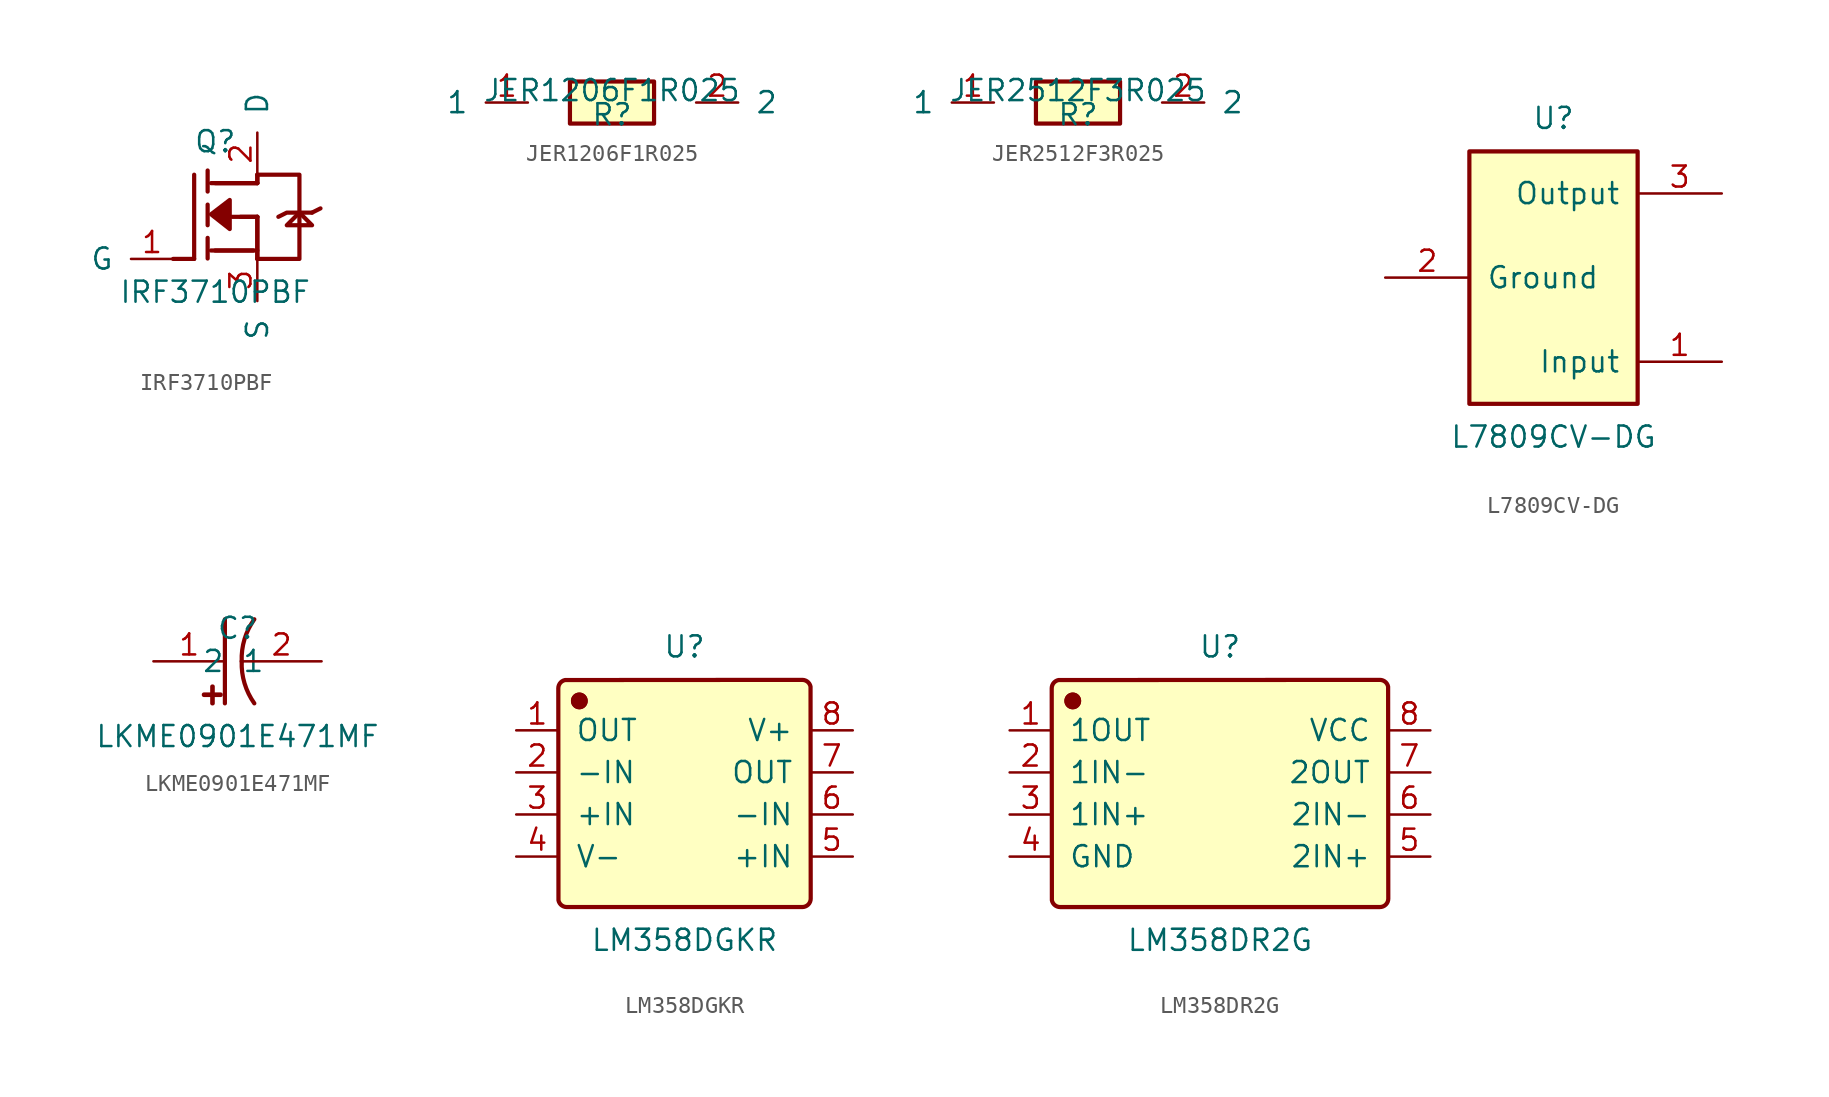
<source format=kicad_sym>
(kicad_symbol_lib
  (version 20241209)
  (generator "JLCImport")
  (generator_version "1.0")
  (symbol "IRF3710PBF"
    (pin_names
      (offset 1.016))
    (property "Reference" "Q"
      (at 0 4.54 0)
      (effects (font (size 1.27 1.27))))
    (property "Value" "IRF3710PBF"
      (at 0 -4.54 0)
      (effects (font (size 1.27 1.27))))
    (symbol "IRF3710PBF_0_1"
      (polyline (pts (xy 2.54 2.54) (xy 5.08 2.54) (xy 5.08 -2.54) (xy 2.54 -2.54)) (stroke (width 0.254) (type solid)) (fill (type none)))
      (polyline (pts (xy -1.27 -2.54) (xy -1.27 2.54)) (stroke (width 0.254) (type solid)) (fill (type none)))
      (polyline (pts (xy 1.016 0) (xy 2.54 0)) (stroke (width 0.254) (type solid)) (fill (type none)))
      (polyline (pts (xy -2.54 -2.54) (xy -1.27 -2.54)) (stroke (width 0.254) (type solid)) (fill (type none)))
      (polyline (pts (xy 2.54 2.54) (xy 2.54 2.032)) (stroke (width 0.254) (type solid)) (fill (type none)))
      (polyline (pts (xy 1.524 0) (xy 2.54 0)) (stroke (width 0.254) (type solid)) (fill (type none)))
      (polyline (pts (xy 2.54 2.54) (xy 2.54 2.032)) (stroke (width 0.254) (type solid)) (fill (type none)))
      (polyline (pts (xy 2.54 2.032) (xy 0 2.032)) (stroke (width 0.254) (type solid)) (fill (type none)))
      (polyline (pts (xy -0.254 -2.032) (xy 2.54 -2.032)) (stroke (width 0.254) (type solid)) (fill (type none)))
      (polyline (pts (xy 2.54 0) (xy 2.54 -2.54)) (stroke (width 0.254) (type solid)) (fill (type none)))
      (polyline (pts (xy 0 -2.032) (xy 2.286 -2.032)) (stroke (width 0.254) (type solid)) (fill (type none)))
      (polyline (pts (xy 2.54 2.032) (xy -0.254 2.032)) (stroke (width 0.254) (type solid)) (fill (type none)))
      (polyline (pts (xy 2.54 0) (xy 2.54 -2.54)) (stroke (width 0.254) (type solid)) (fill (type none)))
      (polyline (pts (xy -0.457 -1.27) (xy -0.457 -2.515)) (stroke (width 0.254) (type solid)) (fill (type none)))
      (polyline (pts (xy -0.457 0.737) (xy -0.457 -0.508)) (stroke (width 0.254) (type solid)) (fill (type none)))
      (polyline (pts (xy -0.457 2.794) (xy -0.457 1.524)) (stroke (width 0.254) (type solid)) (fill (type none)))
      (polyline (pts (xy 0.876 1.016) (xy 0.876 -0.737) (xy -0.254 0.152) (xy 0.876 1.016)) (stroke (width 0.254) (type solid)) (fill (type outline)))
      (polyline (pts (xy 5.842 -0.508) (xy 4.318 -0.508) (xy 5.08 0.254) (xy 5.842 -0.508)) (stroke (width 0.254) (type solid)) (fill (type none)))
      (polyline (pts (xy 5.842 0.254) (xy 4.318 0.254) (xy 3.81 0)) (stroke (width 0.254) (type solid)) (fill (type none)))
      (polyline (pts (xy 5.842 0.254) (xy 6.35 0.508)) (stroke (width 0.254) (type solid)) (fill (type none)))
      (pin unspecified line (at -2.54 -2.54 180) (length 2.54) (name "G" (effects (font (size 1.27 1.27)) hide)) (number "1" (effects (font (size 1.27 1.27)) hide)))
      (pin unspecified line (at 2.54 -2.54 270) (length 2.54) (name "S" (effects (font (size 1.27 1.27)) hide)) (number "3" (effects (font (size 1.27 1.27)) hide)))
      (pin unspecified line (at 2.54 2.54 90) (length 2.54) (name "D" (effects (font (size 1.27 1.27)) hide)) (number "2" (effects (font (size 1.27 1.27)) hide)))))
  (symbol "JER1206F1R025"
    (pin_names
      (offset 1.016))
    (property "Reference" "R"
      (at 0 -0.73 0)
      (effects (font (size 1.27 1.27))))
    (property "Value" "JER1206F1R025"
      (at 0 0.73 0)
      (effects (font (size 1.27 1.27))))
    (symbol "JER1206F1R025_0_1"
      (rectangle (start -2.54 1.27) (end 2.54 -1.27) (stroke (width 0.254) (type solid)) (fill (type background)))
      (pin unspecified line (at 5.08 0 0) (length 2.54) (name "2" (effects (font (size 1.27 1.27)) hide)) (number "2" (effects (font (size 1.27 1.27)) hide)))
      (pin unspecified line (at -5.08 0 180) (length 2.54) (name "1" (effects (font (size 1.27 1.27)) hide)) (number "1" (effects (font (size 1.27 1.27)) hide)))))
  (symbol "JER2512F3R025"
    (pin_names
      (offset 1.016))
    (property "Reference" "R"
      (at 0 -0.73 0)
      (effects (font (size 1.27 1.27))))
    (property "Value" "JER2512F3R025"
      (at 0 0.73 0)
      (effects (font (size 1.27 1.27))))
    (symbol "JER2512F3R025_0_1"
      (rectangle (start -2.54 1.27) (end 2.54 -1.27) (stroke (width 0.254) (type solid)) (fill (type background)))
      (pin unspecified line (at 5.08 0 0) (length 2.54) (name "2" (effects (font (size 1.27 1.27)) hide)) (number "2" (effects (font (size 1.27 1.27)) hide)))
      (pin unspecified line (at -5.08 0 180) (length 2.54) (name "1" (effects (font (size 1.27 1.27)) hide)) (number "1" (effects (font (size 1.27 1.27)) hide)))))
  (symbol "L7809CV-DG"
    (pin_names
      (offset 1.016))
    (property "Reference" "U"
      (at 0 9.62 0)
      (effects (font (size 1.27 1.27))))
    (property "Value" "L7809CV-DG"
      (at 0 -9.62 0)
      (effects (font (size 1.27 1.27))))
    (symbol "L7809CV-DG_0_1"
      (rectangle (start -5.08 7.62) (end 5.08 -7.62) (stroke (width 0.254) (type solid)) (fill (type background)))
      (pin unspecified line (at 10.16 -5.08 180) (length 5.08) (name "Input" (effects (font (size 1.27 1.27)))) (number "1" (effects (font (size 1.27 1.27)))))
      (pin unspecified line (at -10.16 0 0) (length 5.08) (name "Ground" (effects (font (size 1.27 1.27)))) (number "2" (effects (font (size 1.27 1.27)))))
      (pin unspecified line (at 10.16 5.08 180) (length 5.08) (name "Output" (effects (font (size 1.27 1.27)))) (number "3" (effects (font (size 1.27 1.27)))))))
  (symbol "LKME0901E471MF"
    (pin_names
      (offset 1.016))
    (property "Reference" "C"
      (at 0 2 0)
      (effects (font (size 1.27 1.27))))
    (property "Value" "LKME0901E471MF"
      (at 0 -4.54 0)
      (effects (font (size 1.27 1.27))))
    (symbol "LKME0901E471MF_0_1"
      (rectangle (start -1.524 -1.524) (end -1.499 -2.54) (stroke (width 0.254) (type solid)) (fill (type background)))
      (rectangle (start -2.032 -2.007) (end -1.016 -2.032) (stroke (width 0.254) (type solid)) (fill (type background)))
      (polyline (pts (xy -0.762 -2.54) (xy -0.762 2.54)) (stroke (width 0.254) (type solid)) (fill (type none)))
      (arc (start 1.016002 2.540005) (mid 0.423169 1.333552) (end 0.254001 0) (stroke (width 0.254) (type solid)) (fill (type none)))
      (arc (start 0.254001 0) (mid 0.426026 -1.332695) (end 1.016002 -2.540005) (stroke (width 0.254) (type solid)) (fill (type none)))
      (pin unspecified line (at -5.08 0 0) (length 4.318) (name "1" (effects (font (size 1.27 1.27)) hide)) (number "1" (effects (font (size 1.27 1.27)) hide)))
      (pin unspecified line (at 5.08 0 180) (length 4.826) (name "2" (effects (font (size 1.27 1.27)) hide)) (number "2" (effects (font (size 1.27 1.27)) hide)))))
  (symbol "LM358DGKR"
    (pin_names
      (offset 1.016))
    (property "Reference" "U"
      (at 0 8.858 0)
      (effects (font (size 1.27 1.27))))
    (property "Value" "LM358DGKR"
      (at 0 -8.858 0)
      (effects (font (size 1.27 1.27))))
    (symbol "LM358DGKR_0_1"
      (polyline (pts (xy 7.112 -6.858) (xy 7.211 -6.848) (xy 7.306 -6.819) (xy 7.394 -6.772) (xy 7.471 -6.709) (xy 7.534 -6.632) (xy 7.581 -6.544) (xy 7.61 -6.449) (xy 7.62 -6.35) (xy 7.61 6.449) (xy 7.581 6.544) (xy 7.534 6.632) (xy 7.471 6.709) (xy 7.394 6.772) (xy 7.306 6.819) (xy 7.211 6.848) (xy 7.112 6.858) (xy -7.211 6.848) (xy -7.306 6.819) (xy -7.394 6.772) (xy -7.471 6.709) (xy -7.534 6.632) (xy -7.581 6.544) (xy -7.61 6.449) (xy -7.62 6.35) (xy -7.61 -6.449) (xy -7.581 -6.544) (xy -7.534 -6.632) (xy -7.471 -6.709) (xy -7.394 -6.772) (xy -7.306 -6.819) (xy -7.211 -6.848) (xy -7.112 -6.858) (xy 7.112 -6.858)) (stroke (width 0.254) (type solid)) (fill (type background)))
      (circle (center -6.35 5.588) (radius 0.381) (stroke (width 0.254) (type solid)) (fill (type outline)))
      (circle (center -6.35 5.588) (radius 0.381) (stroke (width 0.254) (type solid)) (fill (type outline)))
      (pin unspecified line (at -10.16 3.81 0) (length 2.54) (name "OUT" (effects (font (size 1.27 1.27)))) (number "1" (effects (font (size 1.27 1.27)))))
      (pin unspecified line (at -10.16 1.27 0) (length 2.54) (name "-IN" (effects (font (size 1.27 1.27)))) (number "2" (effects (font (size 1.27 1.27)))))
      (pin unspecified line (at -10.16 -1.27 0) (length 2.54) (name "+IN" (effects (font (size 1.27 1.27)))) (number "3" (effects (font (size 1.27 1.27)))))
      (pin unspecified line (at -10.16 -3.81 0) (length 2.54) (name "V-" (effects (font (size 1.27 1.27)))) (number "4" (effects (font (size 1.27 1.27)))))
      (pin unspecified line (at 10.16 -3.81 180) (length 2.54) (name "+IN" (effects (font (size 1.27 1.27)))) (number "5" (effects (font (size 1.27 1.27)))))
      (pin unspecified line (at 10.16 -1.27 180) (length 2.54) (name "-IN" (effects (font (size 1.27 1.27)))) (number "6" (effects (font (size 1.27 1.27)))))
      (pin unspecified line (at 10.16 1.27 180) (length 2.54) (name "OUT" (effects (font (size 1.27 1.27)))) (number "7" (effects (font (size 1.27 1.27)))))
      (pin unspecified line (at 10.16 3.81 180) (length 2.54) (name "V+" (effects (font (size 1.27 1.27)))) (number "8" (effects (font (size 1.27 1.27)))))))
  (symbol "LM358DR2G"
    (pin_names
      (offset 1.016))
    (property "Reference" "U"
      (at 0 8.858 0)
      (effects (font (size 1.27 1.27))))
    (property "Value" "LM358DR2G"
      (at 0 -8.858 0)
      (effects (font (size 1.27 1.27))))
    (symbol "LM358DR2G_0_1"
      (polyline (pts (xy 9.652 -6.858) (xy 9.751 -6.848) (xy 9.846 -6.819) (xy 9.934 -6.772) (xy 10.011 -6.709) (xy 10.074 -6.632) (xy 10.121 -6.544) (xy 10.15 -6.449) (xy 10.16 -6.35) (xy 10.15 6.449) (xy 10.121 6.544) (xy 10.074 6.632) (xy 10.011 6.709) (xy 9.934 6.772) (xy 9.846 6.819) (xy 9.751 6.848) (xy 9.652 6.858) (xy -9.751 6.848) (xy -9.846 6.819) (xy -9.934 6.772) (xy -10.011 6.709) (xy -10.074 6.632) (xy -10.121 6.544) (xy -10.15 6.449) (xy -10.16 6.35) (xy -10.15 -6.449) (xy -10.121 -6.544) (xy -10.074 -6.632) (xy -10.011 -6.709) (xy -9.934 -6.772) (xy -9.846 -6.819) (xy -9.751 -6.848) (xy -9.652 -6.858) (xy 9.652 -6.858)) (stroke (width 0.254) (type solid)) (fill (type background)))
      (circle (center -8.89 5.588) (radius 0.381) (stroke (width 0.254) (type solid)) (fill (type outline)))
      (circle (center -8.89 5.588) (radius 0.381) (stroke (width 0.254) (type solid)) (fill (type outline)))
      (pin unspecified line (at -12.7 3.81 0) (length 2.54) (name "1OUT" (effects (font (size 1.27 1.27)))) (number "1" (effects (font (size 1.27 1.27)))))
      (pin unspecified line (at -12.7 1.27 0) (length 2.54) (name "1IN-" (effects (font (size 1.27 1.27)))) (number "2" (effects (font (size 1.27 1.27)))))
      (pin unspecified line (at -12.7 -1.27 0) (length 2.54) (name "1IN+" (effects (font (size 1.27 1.27)))) (number "3" (effects (font (size 1.27 1.27)))))
      (pin unspecified line (at -12.7 -3.81 0) (length 2.54) (name "GND" (effects (font (size 1.27 1.27)))) (number "4" (effects (font (size 1.27 1.27)))))
      (pin unspecified line (at 12.7 -3.81 180) (length 2.54) (name "2IN+" (effects (font (size 1.27 1.27)))) (number "5" (effects (font (size 1.27 1.27)))))
      (pin unspecified line (at 12.7 -1.27 180) (length 2.54) (name "2IN-" (effects (font (size 1.27 1.27)))) (number "6" (effects (font (size 1.27 1.27)))))
      (pin unspecified line (at 12.7 1.27 180) (length 2.54) (name "2OUT" (effects (font (size 1.27 1.27)))) (number "7" (effects (font (size 1.27 1.27)))))
      (pin unspecified line (at 12.7 3.81 180) (length 2.54) (name "VCC" (effects (font (size 1.27 1.27)))) (number "8" (effects (font (size 1.27 1.27))))))))
</source>
